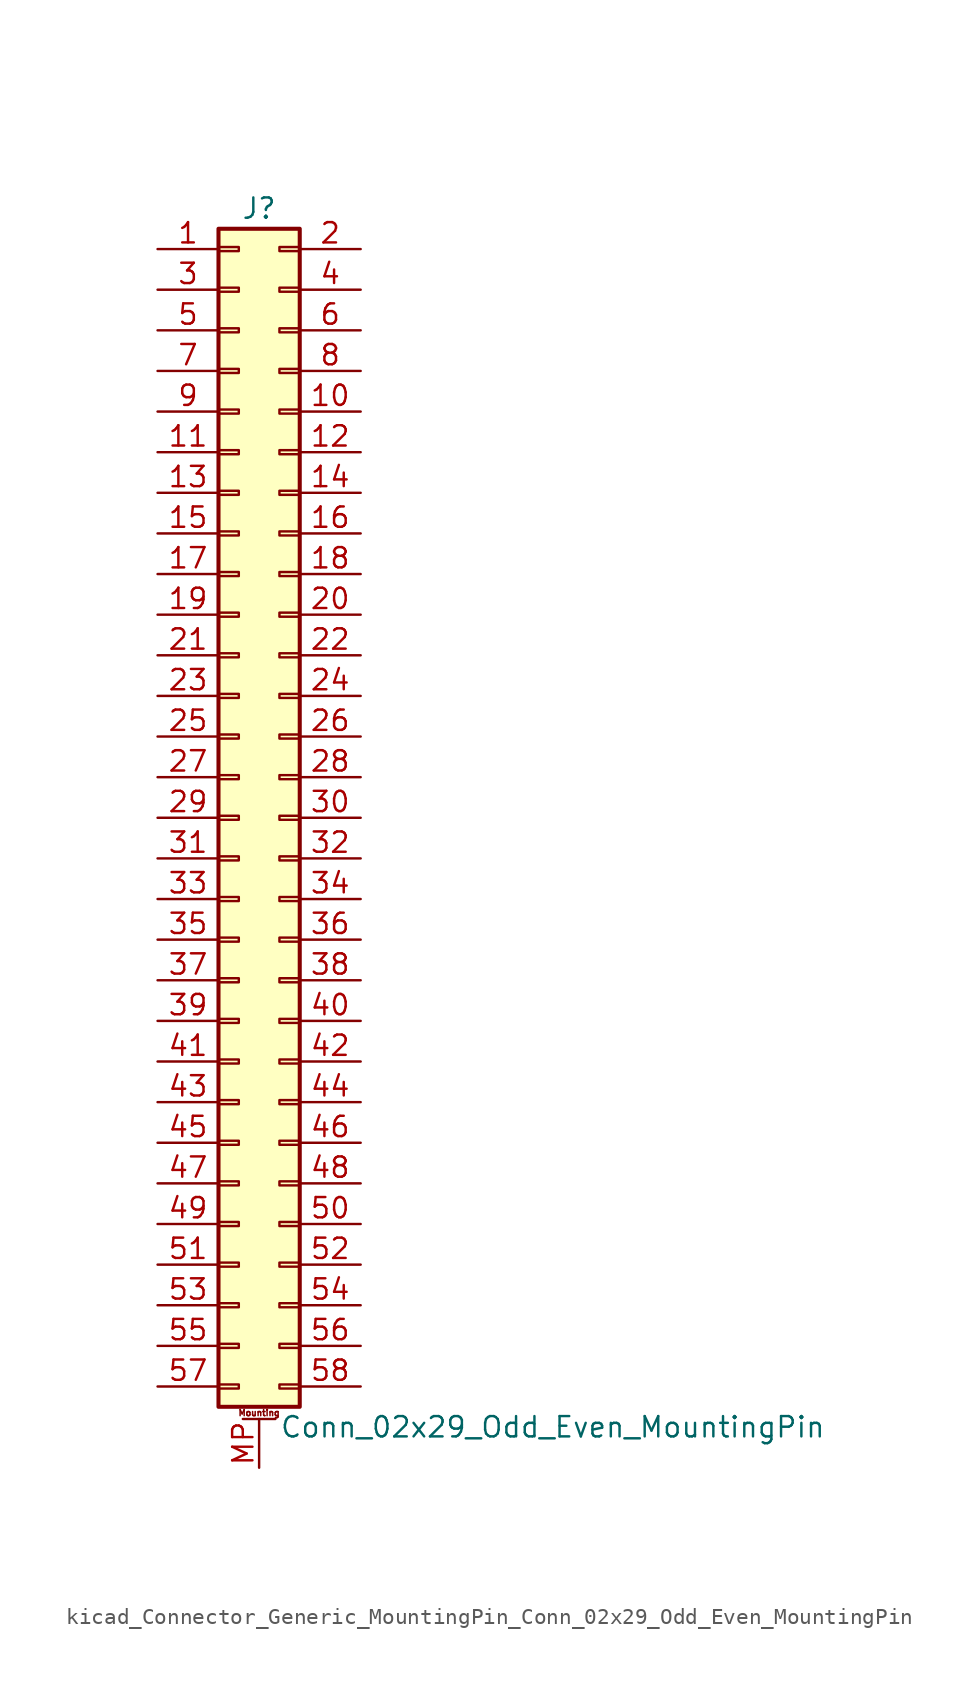
<source format=kicad_sym>
(kicad_symbol_lib
  (version 20220914)
  (generator kicad_symbol_editor)
  (symbol "kicad_Connector_Generic_MountingPin_Conn_02x29_Odd_Even_MountingPin"
    (pin_names
      (offset 1.016) hide)
    (property "Reference" "J"
      (at 1.27 38.1 0)
      (effects (font (size 1.27 1.27))))
    (property "Value" "Conn_02x29_Odd_Even_MountingPin"
      (at 2.54 -38.1 0)
      (effects (font (size 1.27 1.27)) (justify left)))
    (symbol "kicad_Connector_Generic_MountingPin_Conn_02x29_Odd_Even_MountingPin_1_1"
      (rectangle (start -1.27 -35.433) (end 0 -35.687) (stroke (width 0.152) (type default)) (fill (type none)))
      (rectangle (start -1.27 -32.893) (end 0 -33.147) (stroke (width 0.152) (type default)) (fill (type none)))
      (rectangle (start -1.27 -30.353) (end 0 -30.607) (stroke (width 0.152) (type default)) (fill (type none)))
      (rectangle (start -1.27 -27.813) (end 0 -28.067) (stroke (width 0.152) (type default)) (fill (type none)))
      (rectangle (start -1.27 -25.273) (end 0 -25.527) (stroke (width 0.152) (type default)) (fill (type none)))
      (rectangle (start -1.27 -22.733) (end 0 -22.987) (stroke (width 0.152) (type default)) (fill (type none)))
      (rectangle (start -1.27 -20.193) (end 0 -20.447) (stroke (width 0.152) (type default)) (fill (type none)))
      (rectangle (start -1.27 -17.653) (end 0 -17.907) (stroke (width 0.152) (type default)) (fill (type none)))
      (rectangle (start -1.27 -15.113) (end 0 -15.367) (stroke (width 0.152) (type default)) (fill (type none)))
      (rectangle (start -1.27 -12.573) (end 0 -12.827) (stroke (width 0.152) (type default)) (fill (type none)))
      (rectangle (start -1.27 -10.033) (end 0 -10.287) (stroke (width 0.152) (type default)) (fill (type none)))
      (rectangle (start -1.27 -7.493) (end 0 -7.747) (stroke (width 0.152) (type default)) (fill (type none)))
      (rectangle (start -1.27 -4.953) (end 0 -5.207) (stroke (width 0.152) (type default)) (fill (type none)))
      (rectangle (start -1.27 -2.413) (end 0 -2.667) (stroke (width 0.152) (type default)) (fill (type none)))
      (rectangle (start -1.27 0.127) (end 0 -0.127) (stroke (width 0.152) (type default)) (fill (type none)))
      (rectangle (start -1.27 2.667) (end 0 2.413) (stroke (width 0.152) (type default)) (fill (type none)))
      (rectangle (start -1.27 5.207) (end 0 4.953) (stroke (width 0.152) (type default)) (fill (type none)))
      (rectangle (start -1.27 7.747) (end 0 7.493) (stroke (width 0.152) (type default)) (fill (type none)))
      (rectangle (start -1.27 10.287) (end 0 10.033) (stroke (width 0.152) (type default)) (fill (type none)))
      (rectangle (start -1.27 12.827) (end 0 12.573) (stroke (width 0.152) (type default)) (fill (type none)))
      (rectangle (start -1.27 15.367) (end 0 15.113) (stroke (width 0.152) (type default)) (fill (type none)))
      (rectangle (start -1.27 17.907) (end 0 17.653) (stroke (width 0.152) (type default)) (fill (type none)))
      (rectangle (start -1.27 20.447) (end 0 20.193) (stroke (width 0.152) (type default)) (fill (type none)))
      (rectangle (start -1.27 22.987) (end 0 22.733) (stroke (width 0.152) (type default)) (fill (type none)))
      (rectangle (start -1.27 25.527) (end 0 25.273) (stroke (width 0.152) (type default)) (fill (type none)))
      (rectangle (start -1.27 28.067) (end 0 27.813) (stroke (width 0.152) (type default)) (fill (type none)))
      (rectangle (start -1.27 30.607) (end 0 30.353) (stroke (width 0.152) (type default)) (fill (type none)))
      (rectangle (start -1.27 33.147) (end 0 32.893) (stroke (width 0.152) (type default)) (fill (type none)))
      (rectangle (start -1.27 35.687) (end 0 35.433) (stroke (width 0.152) (type default)) (fill (type none)))
      (rectangle (start -1.27 36.83) (end 3.81 -36.83) (stroke (width 0.254) (type default)) (fill (type background)))
      (polyline (pts (xy 0.254 -37.592) (xy 2.286 -37.592)) (stroke (width 0.152) (type default)) (fill (type none)))
      (rectangle (start 3.81 -35.433) (end 2.54 -35.687) (stroke (width 0.152) (type default)) (fill (type none)))
      (rectangle (start 3.81 -32.893) (end 2.54 -33.147) (stroke (width 0.152) (type default)) (fill (type none)))
      (rectangle (start 3.81 -30.353) (end 2.54 -30.607) (stroke (width 0.152) (type default)) (fill (type none)))
      (rectangle (start 3.81 -27.813) (end 2.54 -28.067) (stroke (width 0.152) (type default)) (fill (type none)))
      (rectangle (start 3.81 -25.273) (end 2.54 -25.527) (stroke (width 0.152) (type default)) (fill (type none)))
      (rectangle (start 3.81 -22.733) (end 2.54 -22.987) (stroke (width 0.152) (type default)) (fill (type none)))
      (rectangle (start 3.81 -20.193) (end 2.54 -20.447) (stroke (width 0.152) (type default)) (fill (type none)))
      (rectangle (start 3.81 -17.653) (end 2.54 -17.907) (stroke (width 0.152) (type default)) (fill (type none)))
      (rectangle (start 3.81 -15.113) (end 2.54 -15.367) (stroke (width 0.152) (type default)) (fill (type none)))
      (rectangle (start 3.81 -12.573) (end 2.54 -12.827) (stroke (width 0.152) (type default)) (fill (type none)))
      (rectangle (start 3.81 -10.033) (end 2.54 -10.287) (stroke (width 0.152) (type default)) (fill (type none)))
      (rectangle (start 3.81 -7.493) (end 2.54 -7.747) (stroke (width 0.152) (type default)) (fill (type none)))
      (rectangle (start 3.81 -4.953) (end 2.54 -5.207) (stroke (width 0.152) (type default)) (fill (type none)))
      (rectangle (start 3.81 -2.413) (end 2.54 -2.667) (stroke (width 0.152) (type default)) (fill (type none)))
      (rectangle (start 3.81 0.127) (end 2.54 -0.127) (stroke (width 0.152) (type default)) (fill (type none)))
      (rectangle (start 3.81 2.667) (end 2.54 2.413) (stroke (width 0.152) (type default)) (fill (type none)))
      (rectangle (start 3.81 5.207) (end 2.54 4.953) (stroke (width 0.152) (type default)) (fill (type none)))
      (rectangle (start 3.81 7.747) (end 2.54 7.493) (stroke (width 0.152) (type default)) (fill (type none)))
      (rectangle (start 3.81 10.287) (end 2.54 10.033) (stroke (width 0.152) (type default)) (fill (type none)))
      (rectangle (start 3.81 12.827) (end 2.54 12.573) (stroke (width 0.152) (type default)) (fill (type none)))
      (rectangle (start 3.81 15.367) (end 2.54 15.113) (stroke (width 0.152) (type default)) (fill (type none)))
      (rectangle (start 3.81 17.907) (end 2.54 17.653) (stroke (width 0.152) (type default)) (fill (type none)))
      (rectangle (start 3.81 20.447) (end 2.54 20.193) (stroke (width 0.152) (type default)) (fill (type none)))
      (rectangle (start 3.81 22.987) (end 2.54 22.733) (stroke (width 0.152) (type default)) (fill (type none)))
      (rectangle (start 3.81 25.527) (end 2.54 25.273) (stroke (width 0.152) (type default)) (fill (type none)))
      (rectangle (start 3.81 28.067) (end 2.54 27.813) (stroke (width 0.152) (type default)) (fill (type none)))
      (rectangle (start 3.81 30.607) (end 2.54 30.353) (stroke (width 0.152) (type default)) (fill (type none)))
      (rectangle (start 3.81 33.147) (end 2.54 32.893) (stroke (width 0.152) (type default)) (fill (type none)))
      (rectangle (start 3.81 35.687) (end 2.54 35.433) (stroke (width 0.152) (type default)) (fill (type none)))
      (text "Mounting" (at 1.27 -37.211 0) (effects (font (size 0.381 0.381))))
      (pin passive line (at -5.08 35.56 0) (length 3.81) (name "Pin_1" (effects (font (size 1.27 1.27)))) (number "1" (effects (font (size 1.27 1.27)))))
      (pin passive line (at 7.62 25.4 180) (length 3.81) (name "Pin_10" (effects (font (size 1.27 1.27)))) (number "10" (effects (font (size 1.27 1.27)))))
      (pin passive line (at -5.08 22.86 0) (length 3.81) (name "Pin_11" (effects (font (size 1.27 1.27)))) (number "11" (effects (font (size 1.27 1.27)))))
      (pin passive line (at 7.62 22.86 180) (length 3.81) (name "Pin_12" (effects (font (size 1.27 1.27)))) (number "12" (effects (font (size 1.27 1.27)))))
      (pin passive line (at -5.08 20.32 0) (length 3.81) (name "Pin_13" (effects (font (size 1.27 1.27)))) (number "13" (effects (font (size 1.27 1.27)))))
      (pin passive line (at 7.62 20.32 180) (length 3.81) (name "Pin_14" (effects (font (size 1.27 1.27)))) (number "14" (effects (font (size 1.27 1.27)))))
      (pin passive line (at -5.08 17.78 0) (length 3.81) (name "Pin_15" (effects (font (size 1.27 1.27)))) (number "15" (effects (font (size 1.27 1.27)))))
      (pin passive line (at 7.62 17.78 180) (length 3.81) (name "Pin_16" (effects (font (size 1.27 1.27)))) (number "16" (effects (font (size 1.27 1.27)))))
      (pin passive line (at -5.08 15.24 0) (length 3.81) (name "Pin_17" (effects (font (size 1.27 1.27)))) (number "17" (effects (font (size 1.27 1.27)))))
      (pin passive line (at 7.62 15.24 180) (length 3.81) (name "Pin_18" (effects (font (size 1.27 1.27)))) (number "18" (effects (font (size 1.27 1.27)))))
      (pin passive line (at -5.08 12.7 0) (length 3.81) (name "Pin_19" (effects (font (size 1.27 1.27)))) (number "19" (effects (font (size 1.27 1.27)))))
      (pin passive line (at 7.62 35.56 180) (length 3.81) (name "Pin_2" (effects (font (size 1.27 1.27)))) (number "2" (effects (font (size 1.27 1.27)))))
      (pin passive line (at 7.62 12.7 180) (length 3.81) (name "Pin_20" (effects (font (size 1.27 1.27)))) (number "20" (effects (font (size 1.27 1.27)))))
      (pin passive line (at -5.08 10.16 0) (length 3.81) (name "Pin_21" (effects (font (size 1.27 1.27)))) (number "21" (effects (font (size 1.27 1.27)))))
      (pin passive line (at 7.62 10.16 180) (length 3.81) (name "Pin_22" (effects (font (size 1.27 1.27)))) (number "22" (effects (font (size 1.27 1.27)))))
      (pin passive line (at -5.08 7.62 0) (length 3.81) (name "Pin_23" (effects (font (size 1.27 1.27)))) (number "23" (effects (font (size 1.27 1.27)))))
      (pin passive line (at 7.62 7.62 180) (length 3.81) (name "Pin_24" (effects (font (size 1.27 1.27)))) (number "24" (effects (font (size 1.27 1.27)))))
      (pin passive line (at -5.08 5.08 0) (length 3.81) (name "Pin_25" (effects (font (size 1.27 1.27)))) (number "25" (effects (font (size 1.27 1.27)))))
      (pin passive line (at 7.62 5.08 180) (length 3.81) (name "Pin_26" (effects (font (size 1.27 1.27)))) (number "26" (effects (font (size 1.27 1.27)))))
      (pin passive line (at -5.08 2.54 0) (length 3.81) (name "Pin_27" (effects (font (size 1.27 1.27)))) (number "27" (effects (font (size 1.27 1.27)))))
      (pin passive line (at 7.62 2.54 180) (length 3.81) (name "Pin_28" (effects (font (size 1.27 1.27)))) (number "28" (effects (font (size 1.27 1.27)))))
      (pin passive line (at -5.08 0 0) (length 3.81) (name "Pin_29" (effects (font (size 1.27 1.27)))) (number "29" (effects (font (size 1.27 1.27)))))
      (pin passive line (at -5.08 33.02 0) (length 3.81) (name "Pin_3" (effects (font (size 1.27 1.27)))) (number "3" (effects (font (size 1.27 1.27)))))
      (pin passive line (at 7.62 0 180) (length 3.81) (name "Pin_30" (effects (font (size 1.27 1.27)))) (number "30" (effects (font (size 1.27 1.27)))))
      (pin passive line (at -5.08 -2.54 0) (length 3.81) (name "Pin_31" (effects (font (size 1.27 1.27)))) (number "31" (effects (font (size 1.27 1.27)))))
      (pin passive line (at 7.62 -2.54 180) (length 3.81) (name "Pin_32" (effects (font (size 1.27 1.27)))) (number "32" (effects (font (size 1.27 1.27)))))
      (pin passive line (at -5.08 -5.08 0) (length 3.81) (name "Pin_33" (effects (font (size 1.27 1.27)))) (number "33" (effects (font (size 1.27 1.27)))))
      (pin passive line (at 7.62 -5.08 180) (length 3.81) (name "Pin_34" (effects (font (size 1.27 1.27)))) (number "34" (effects (font (size 1.27 1.27)))))
      (pin passive line (at -5.08 -7.62 0) (length 3.81) (name "Pin_35" (effects (font (size 1.27 1.27)))) (number "35" (effects (font (size 1.27 1.27)))))
      (pin passive line (at 7.62 -7.62 180) (length 3.81) (name "Pin_36" (effects (font (size 1.27 1.27)))) (number "36" (effects (font (size 1.27 1.27)))))
      (pin passive line (at -5.08 -10.16 0) (length 3.81) (name "Pin_37" (effects (font (size 1.27 1.27)))) (number "37" (effects (font (size 1.27 1.27)))))
      (pin passive line (at 7.62 -10.16 180) (length 3.81) (name "Pin_38" (effects (font (size 1.27 1.27)))) (number "38" (effects (font (size 1.27 1.27)))))
      (pin passive line (at -5.08 -12.7 0) (length 3.81) (name "Pin_39" (effects (font (size 1.27 1.27)))) (number "39" (effects (font (size 1.27 1.27)))))
      (pin passive line (at 7.62 33.02 180) (length 3.81) (name "Pin_4" (effects (font (size 1.27 1.27)))) (number "4" (effects (font (size 1.27 1.27)))))
      (pin passive line (at 7.62 -12.7 180) (length 3.81) (name "Pin_40" (effects (font (size 1.27 1.27)))) (number "40" (effects (font (size 1.27 1.27)))))
      (pin passive line (at -5.08 -15.24 0) (length 3.81) (name "Pin_41" (effects (font (size 1.27 1.27)))) (number "41" (effects (font (size 1.27 1.27)))))
      (pin passive line (at 7.62 -15.24 180) (length 3.81) (name "Pin_42" (effects (font (size 1.27 1.27)))) (number "42" (effects (font (size 1.27 1.27)))))
      (pin passive line (at -5.08 -17.78 0) (length 3.81) (name "Pin_43" (effects (font (size 1.27 1.27)))) (number "43" (effects (font (size 1.27 1.27)))))
      (pin passive line (at 7.62 -17.78 180) (length 3.81) (name "Pin_44" (effects (font (size 1.27 1.27)))) (number "44" (effects (font (size 1.27 1.27)))))
      (pin passive line (at -5.08 -20.32 0) (length 3.81) (name "Pin_45" (effects (font (size 1.27 1.27)))) (number "45" (effects (font (size 1.27 1.27)))))
      (pin passive line (at 7.62 -20.32 180) (length 3.81) (name "Pin_46" (effects (font (size 1.27 1.27)))) (number "46" (effects (font (size 1.27 1.27)))))
      (pin passive line (at -5.08 -22.86 0) (length 3.81) (name "Pin_47" (effects (font (size 1.27 1.27)))) (number "47" (effects (font (size 1.27 1.27)))))
      (pin passive line (at 7.62 -22.86 180) (length 3.81) (name "Pin_48" (effects (font (size 1.27 1.27)))) (number "48" (effects (font (size 1.27 1.27)))))
      (pin passive line (at -5.08 -25.4 0) (length 3.81) (name "Pin_49" (effects (font (size 1.27 1.27)))) (number "49" (effects (font (size 1.27 1.27)))))
      (pin passive line (at -5.08 30.48 0) (length 3.81) (name "Pin_5" (effects (font (size 1.27 1.27)))) (number "5" (effects (font (size 1.27 1.27)))))
      (pin passive line (at 7.62 -25.4 180) (length 3.81) (name "Pin_50" (effects (font (size 1.27 1.27)))) (number "50" (effects (font (size 1.27 1.27)))))
      (pin passive line (at -5.08 -27.94 0) (length 3.81) (name "Pin_51" (effects (font (size 1.27 1.27)))) (number "51" (effects (font (size 1.27 1.27)))))
      (pin passive line (at 7.62 -27.94 180) (length 3.81) (name "Pin_52" (effects (font (size 1.27 1.27)))) (number "52" (effects (font (size 1.27 1.27)))))
      (pin passive line (at -5.08 -30.48 0) (length 3.81) (name "Pin_53" (effects (font (size 1.27 1.27)))) (number "53" (effects (font (size 1.27 1.27)))))
      (pin passive line (at 7.62 -30.48 180) (length 3.81) (name "Pin_54" (effects (font (size 1.27 1.27)))) (number "54" (effects (font (size 1.27 1.27)))))
      (pin passive line (at -5.08 -33.02 0) (length 3.81) (name "Pin_55" (effects (font (size 1.27 1.27)))) (number "55" (effects (font (size 1.27 1.27)))))
      (pin passive line (at 7.62 -33.02 180) (length 3.81) (name "Pin_56" (effects (font (size 1.27 1.27)))) (number "56" (effects (font (size 1.27 1.27)))))
      (pin passive line (at -5.08 -35.56 0) (length 3.81) (name "Pin_57" (effects (font (size 1.27 1.27)))) (number "57" (effects (font (size 1.27 1.27)))))
      (pin passive line (at 7.62 -35.56 180) (length 3.81) (name "Pin_58" (effects (font (size 1.27 1.27)))) (number "58" (effects (font (size 1.27 1.27)))))
      (pin passive line (at 7.62 30.48 180) (length 3.81) (name "Pin_6" (effects (font (size 1.27 1.27)))) (number "6" (effects (font (size 1.27 1.27)))))
      (pin passive line (at -5.08 27.94 0) (length 3.81) (name "Pin_7" (effects (font (size 1.27 1.27)))) (number "7" (effects (font (size 1.27 1.27)))))
      (pin passive line (at 7.62 27.94 180) (length 3.81) (name "Pin_8" (effects (font (size 1.27 1.27)))) (number "8" (effects (font (size 1.27 1.27)))))
      (pin passive line (at -5.08 25.4 0) (length 3.81) (name "Pin_9" (effects (font (size 1.27 1.27)))) (number "9" (effects (font (size 1.27 1.27)))))
      (pin passive line (at 1.27 -40.64 90) (length 3.048) (name "MountPin" (effects (font (size 1.27 1.27)))) (number "MP" (effects (font (size 1.27 1.27))))))))
</source>
